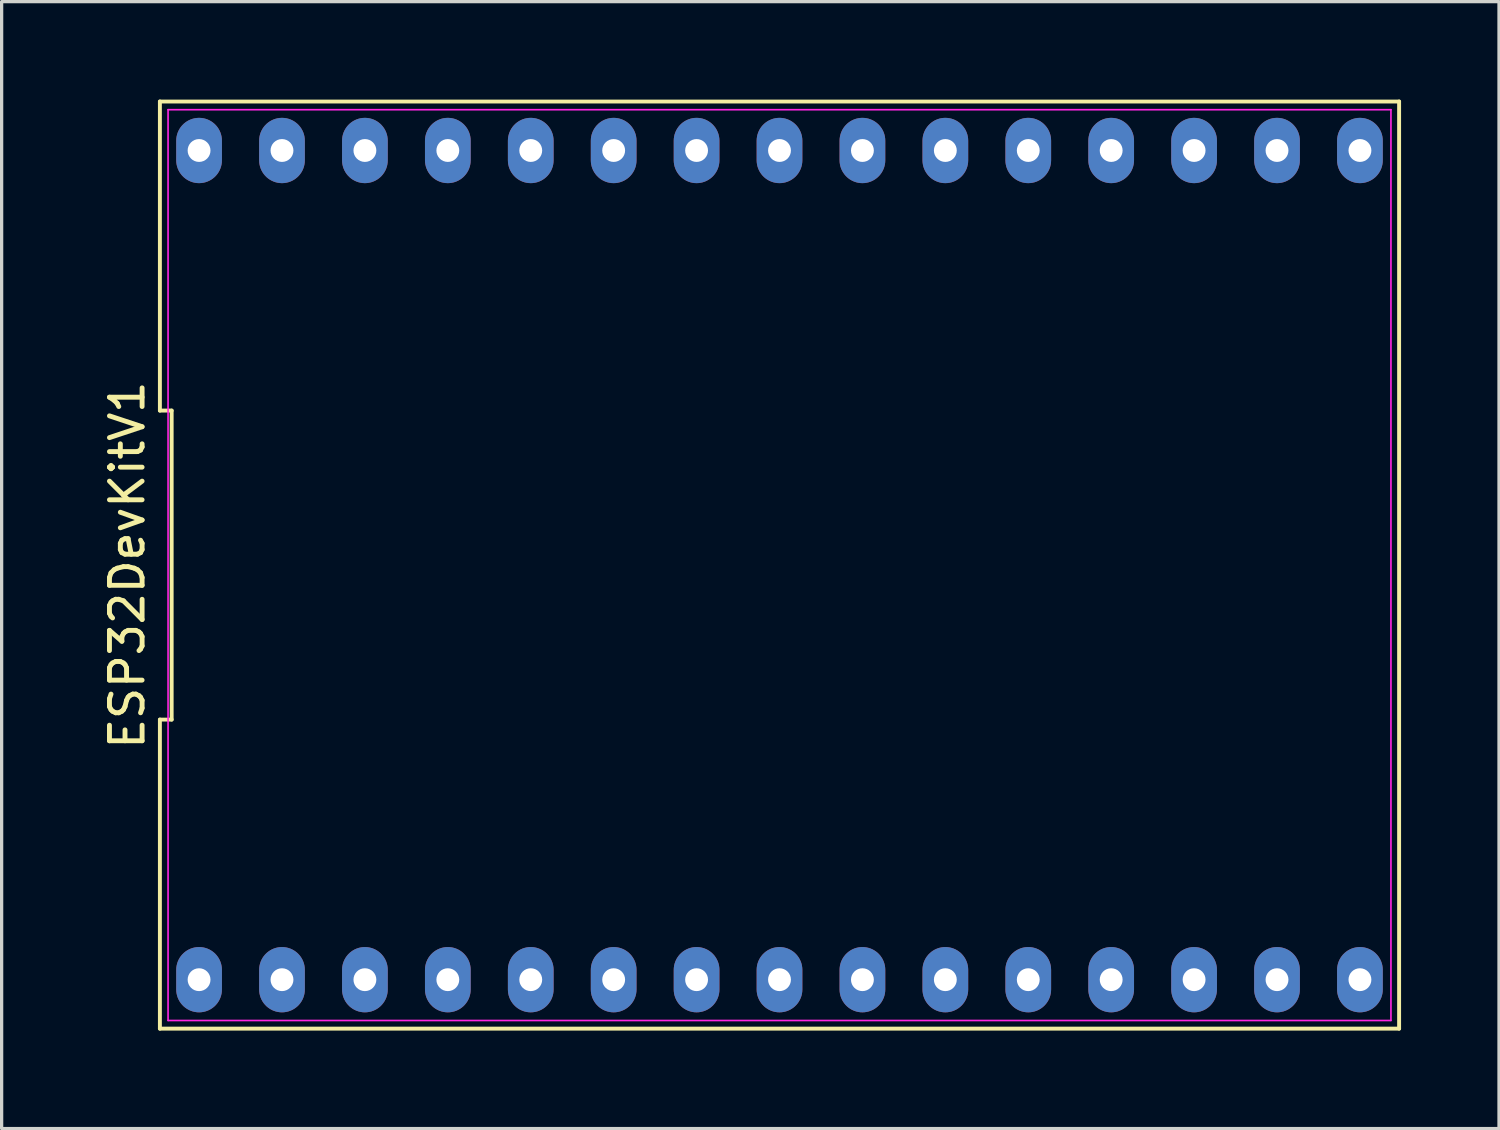
<source format=kicad_pcb>
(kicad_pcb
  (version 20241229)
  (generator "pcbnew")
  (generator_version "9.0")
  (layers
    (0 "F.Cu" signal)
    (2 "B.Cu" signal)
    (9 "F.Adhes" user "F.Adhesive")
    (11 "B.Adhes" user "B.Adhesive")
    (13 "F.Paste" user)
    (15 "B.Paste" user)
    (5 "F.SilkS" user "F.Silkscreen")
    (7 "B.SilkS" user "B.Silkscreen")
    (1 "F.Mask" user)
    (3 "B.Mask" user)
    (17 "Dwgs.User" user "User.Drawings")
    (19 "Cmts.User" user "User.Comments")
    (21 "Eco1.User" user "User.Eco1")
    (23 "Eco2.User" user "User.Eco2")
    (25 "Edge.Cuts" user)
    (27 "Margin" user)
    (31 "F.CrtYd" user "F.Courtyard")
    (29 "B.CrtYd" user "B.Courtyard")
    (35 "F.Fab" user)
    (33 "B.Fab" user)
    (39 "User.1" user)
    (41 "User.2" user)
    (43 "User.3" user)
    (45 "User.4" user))
  (footprint "ESP32DevKitV1"
    (layer "F.Cu")
    (at 20.828 14.26)
    (property "Reference" "ESP32DevKitV1" (at -19.98 0 90) (layer "F.SilkS") (effects (font (size 1 1) (thickness 0.15))))
    (attr through_hole)
    (fp_line (start -18.98 -14.2) (end -18.98 -4.733) (stroke (width 0.12) (type solid)) (layer "F.SilkS"))
    (fp_line (start -18.98 -4.733) (end -18.62 -4.733) (stroke (width 0.12) (type solid)) (layer "F.SilkS"))
    (fp_line (start -18.98 4.733) (end -18.98 14.2) (stroke (width 0.12) (type solid)) (layer "F.SilkS"))
    (fp_line (start -18.98 14.2) (end 18.98 14.2) (stroke (width 0.12) (type solid)) (layer "F.SilkS"))
    (fp_line (start -18.62 -4.733) (end -18.62 4.733) (stroke (width 0.12) (type solid)) (layer "F.SilkS"))
    (fp_line (start -18.62 4.733) (end -18.98 4.733) (stroke (width 0.12) (type solid)) (layer "F.SilkS"))
    (fp_line (start 18.98 -14.2) (end -18.98 -14.2) (stroke (width 0.12) (type solid)) (layer "F.SilkS"))
    (fp_line (start 18.98 14.2) (end 18.98 -14.2) (stroke (width 0.12) (type solid)) (layer "F.SilkS"))
    (fp_line (start -18.73 -13.95) (end 18.73 -13.95) (stroke (width 0.05) (type solid)) (layer "F.CrtYd"))
    (fp_line (start -18.73 13.95) (end -18.73 -13.95) (stroke (width 0.05) (type solid)) (layer "F.CrtYd"))
    (fp_line (start 18.73 -13.95) (end 18.73 13.95) (stroke (width 0.05) (type solid)) (layer "F.CrtYd"))
    (fp_line (start 18.73 13.95) (end -18.73 13.95) (stroke (width 0.05) (type solid)) (layer "F.CrtYd"))
    (pad "1" thru_hole oval (at -17.78 12.7) (size 1.4 2) (drill 0.7) (layers "*.Cu" "*.Mask"))
    (pad "2" thru_hole oval (at -15.24 12.7) (size 1.4 2) (drill 0.7) (layers "*.Cu" "*.Mask"))
    (pad "3" thru_hole oval (at -12.7 12.7) (size 1.4 2) (drill 0.7) (layers "*.Cu" "*.Mask"))
    (pad "4" thru_hole oval (at -10.16 12.7) (size 1.4 2) (drill 0.7) (layers "*.Cu" "*.Mask"))
    (pad "5" thru_hole oval (at -7.62 12.7) (size 1.4 2) (drill 0.7) (layers "*.Cu" "*.Mask"))
    (pad "6" thru_hole oval (at -5.08 12.7) (size 1.4 2) (drill 0.7) (layers "*.Cu" "*.Mask"))
    (pad "7" thru_hole oval (at -2.54 12.7) (size 1.4 2) (drill 0.7) (layers "*.Cu" "*.Mask"))
    (pad "8" thru_hole oval (at 0 12.7) (size 1.4 2) (drill 0.7) (layers "*.Cu" "*.Mask"))
    (pad "9" thru_hole oval (at 2.54 12.7) (size 1.4 2) (drill 0.7) (layers "*.Cu" "*.Mask"))
    (pad "10" thru_hole oval (at 5.08 12.7) (size 1.4 2) (drill 0.7) (layers "*.Cu" "*.Mask"))
    (pad "11" thru_hole oval (at 7.62 12.7) (size 1.4 2) (drill 0.7) (layers "*.Cu" "*.Mask"))
    (pad "12" thru_hole oval (at 10.16 12.7) (size 1.4 2) (drill 0.7) (layers "*.Cu" "*.Mask"))
    (pad "13" thru_hole oval (at 12.7 12.7) (size 1.4 2) (drill 0.7) (layers "*.Cu" "*.Mask"))
    (pad "14" thru_hole oval (at 15.24 12.7) (size 1.4 2) (drill 0.7) (layers "*.Cu" "*.Mask"))
    (pad "15" thru_hole oval (at 17.78 12.7) (size 1.4 2) (drill 0.7) (layers "*.Cu" "*.Mask"))
    (pad "16" thru_hole oval (at 17.78 -12.7) (size 1.4 2) (drill 0.7) (layers "*.Cu" "*.Mask"))
    (pad "17" thru_hole oval (at 15.24 -12.7) (size 1.4 2) (drill 0.7) (layers "*.Cu" "*.Mask"))
    (pad "18" thru_hole oval (at 12.7 -12.7) (size 1.4 2) (drill 0.7) (layers "*.Cu" "*.Mask"))
    (pad "19" thru_hole oval (at 10.16 -12.7) (size 1.4 2) (drill 0.7) (layers "*.Cu" "*.Mask"))
    (pad "20" thru_hole oval (at 7.62 -12.7) (size 1.4 2) (drill 0.7) (layers "*.Cu" "*.Mask"))
    (pad "21" thru_hole oval (at 5.08 -12.7) (size 1.4 2) (drill 0.7) (layers "*.Cu" "*.Mask"))
    (pad "22" thru_hole oval (at 2.54 -12.7) (size 1.4 2) (drill 0.7) (layers "*.Cu" "*.Mask"))
    (pad "23" thru_hole oval (at 0 -12.7) (size 1.4 2) (drill 0.7) (layers "*.Cu" "*.Mask"))
    (pad "24" thru_hole oval (at -2.54 -12.7) (size 1.4 2) (drill 0.7) (layers "*.Cu" "*.Mask"))
    (pad "25" thru_hole oval (at -5.08 -12.7) (size 1.4 2) (drill 0.7) (layers "*.Cu" "*.Mask"))
    (pad "26" thru_hole oval (at -7.62 -12.7) (size 1.4 2) (drill 0.7) (layers "*.Cu" "*.Mask"))
    (pad "27" thru_hole oval (at -10.16 -12.7) (size 1.4 2) (drill 0.7) (layers "*.Cu" "*.Mask"))
    (pad "28" thru_hole oval (at -12.7 -12.7) (size 1.4 2) (drill 0.7) (layers "*.Cu" "*.Mask"))
    (pad "29" thru_hole oval (at -15.24 -12.7) (size 1.4 2) (drill 0.7) (layers "*.Cu" "*.Mask"))
    (pad "30" thru_hole oval (at -17.78 -12.7) (size 1.4 2) (drill 0.7) (layers "*.Cu" "*.Mask")))
  (gr_rect
    (start -3 -3)
    (end 42.868 31.52)
    (stroke (width 0.1) (type default))
    (fill no)
    (layer "Edge.Cuts")))
</source>
